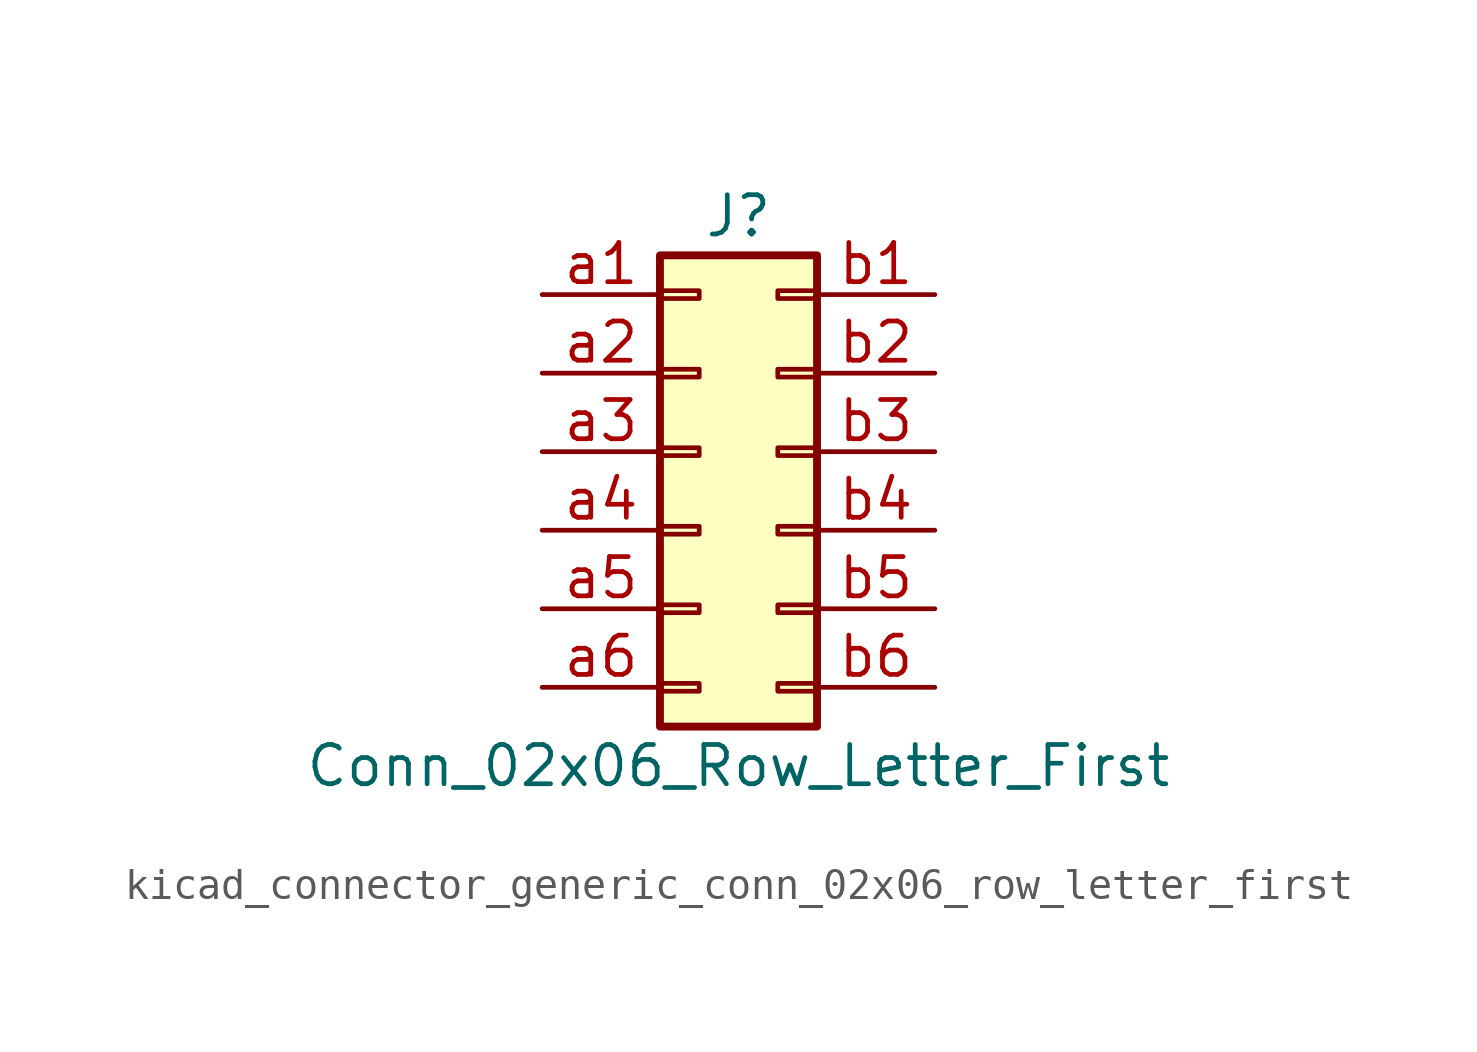
<source format=kicad_sym>
(kicad_symbol_lib
  (version 20220914)
  (generator kicad_symbol_editor)
  (symbol "kicad_connector_generic_conn_02x06_row_letter_first"
    (pin_names
      (offset 1.016) hide)
    (property "Reference" "J"
      (at 1.27 7.62 0)
      (effects (font (size 1.27 1.27))))
    (property "Value" "Conn_02x06_Row_Letter_First"
      (at 1.27 -10.16 0)
      (effects (font (size 1.27 1.27))))
    (symbol "kicad_connector_generic_conn_02x06_row_letter_first_1_1"
      (rectangle (start -1.27 -7.493) (end 0 -7.747) (stroke (width 0.152) (type default)) (fill (type none)))
      (rectangle (start -1.27 -4.953) (end 0 -5.207) (stroke (width 0.152) (type default)) (fill (type none)))
      (rectangle (start -1.27 -2.413) (end 0 -2.667) (stroke (width 0.152) (type default)) (fill (type none)))
      (rectangle (start -1.27 0.127) (end 0 -0.127) (stroke (width 0.152) (type default)) (fill (type none)))
      (rectangle (start -1.27 2.667) (end 0 2.413) (stroke (width 0.152) (type default)) (fill (type none)))
      (rectangle (start -1.27 5.207) (end 0 4.953) (stroke (width 0.152) (type default)) (fill (type none)))
      (rectangle (start -1.27 6.35) (end 3.81 -8.89) (stroke (width 0.254) (type default)) (fill (type background)))
      (rectangle (start 3.81 -7.493) (end 2.54 -7.747) (stroke (width 0.152) (type default)) (fill (type none)))
      (rectangle (start 3.81 -4.953) (end 2.54 -5.207) (stroke (width 0.152) (type default)) (fill (type none)))
      (rectangle (start 3.81 -2.413) (end 2.54 -2.667) (stroke (width 0.152) (type default)) (fill (type none)))
      (rectangle (start 3.81 0.127) (end 2.54 -0.127) (stroke (width 0.152) (type default)) (fill (type none)))
      (rectangle (start 3.81 2.667) (end 2.54 2.413) (stroke (width 0.152) (type default)) (fill (type none)))
      (rectangle (start 3.81 5.207) (end 2.54 4.953) (stroke (width 0.152) (type default)) (fill (type none)))
      (pin passive line (at -5.08 5.08 0) (length 3.81) (name "Pin_a1" (effects (font (size 1.27 1.27)))) (number "a1" (effects (font (size 1.27 1.27)))))
      (pin passive line (at -5.08 2.54 0) (length 3.81) (name "Pin_a2" (effects (font (size 1.27 1.27)))) (number "a2" (effects (font (size 1.27 1.27)))))
      (pin passive line (at -5.08 0 0) (length 3.81) (name "Pin_a3" (effects (font (size 1.27 1.27)))) (number "a3" (effects (font (size 1.27 1.27)))))
      (pin passive line (at -5.08 -2.54 0) (length 3.81) (name "Pin_a4" (effects (font (size 1.27 1.27)))) (number "a4" (effects (font (size 1.27 1.27)))))
      (pin passive line (at -5.08 -5.08 0) (length 3.81) (name "Pin_a5" (effects (font (size 1.27 1.27)))) (number "a5" (effects (font (size 1.27 1.27)))))
      (pin passive line (at -5.08 -7.62 0) (length 3.81) (name "Pin_a6" (effects (font (size 1.27 1.27)))) (number "a6" (effects (font (size 1.27 1.27)))))
      (pin passive line (at 7.62 5.08 180) (length 3.81) (name "Pin_b1" (effects (font (size 1.27 1.27)))) (number "b1" (effects (font (size 1.27 1.27)))))
      (pin passive line (at 7.62 2.54 180) (length 3.81) (name "Pin_b2" (effects (font (size 1.27 1.27)))) (number "b2" (effects (font (size 1.27 1.27)))))
      (pin passive line (at 7.62 0 180) (length 3.81) (name "Pin_b3" (effects (font (size 1.27 1.27)))) (number "b3" (effects (font (size 1.27 1.27)))))
      (pin passive line (at 7.62 -2.54 180) (length 3.81) (name "Pin_b4" (effects (font (size 1.27 1.27)))) (number "b4" (effects (font (size 1.27 1.27)))))
      (pin passive line (at 7.62 -5.08 180) (length 3.81) (name "Pin_b5" (effects (font (size 1.27 1.27)))) (number "b5" (effects (font (size 1.27 1.27)))))
      (pin passive line (at 7.62 -7.62 180) (length 3.81) (name "Pin_b6" (effects (font (size 1.27 1.27)))) (number "b6" (effects (font (size 1.27 1.27))))))))
</source>
